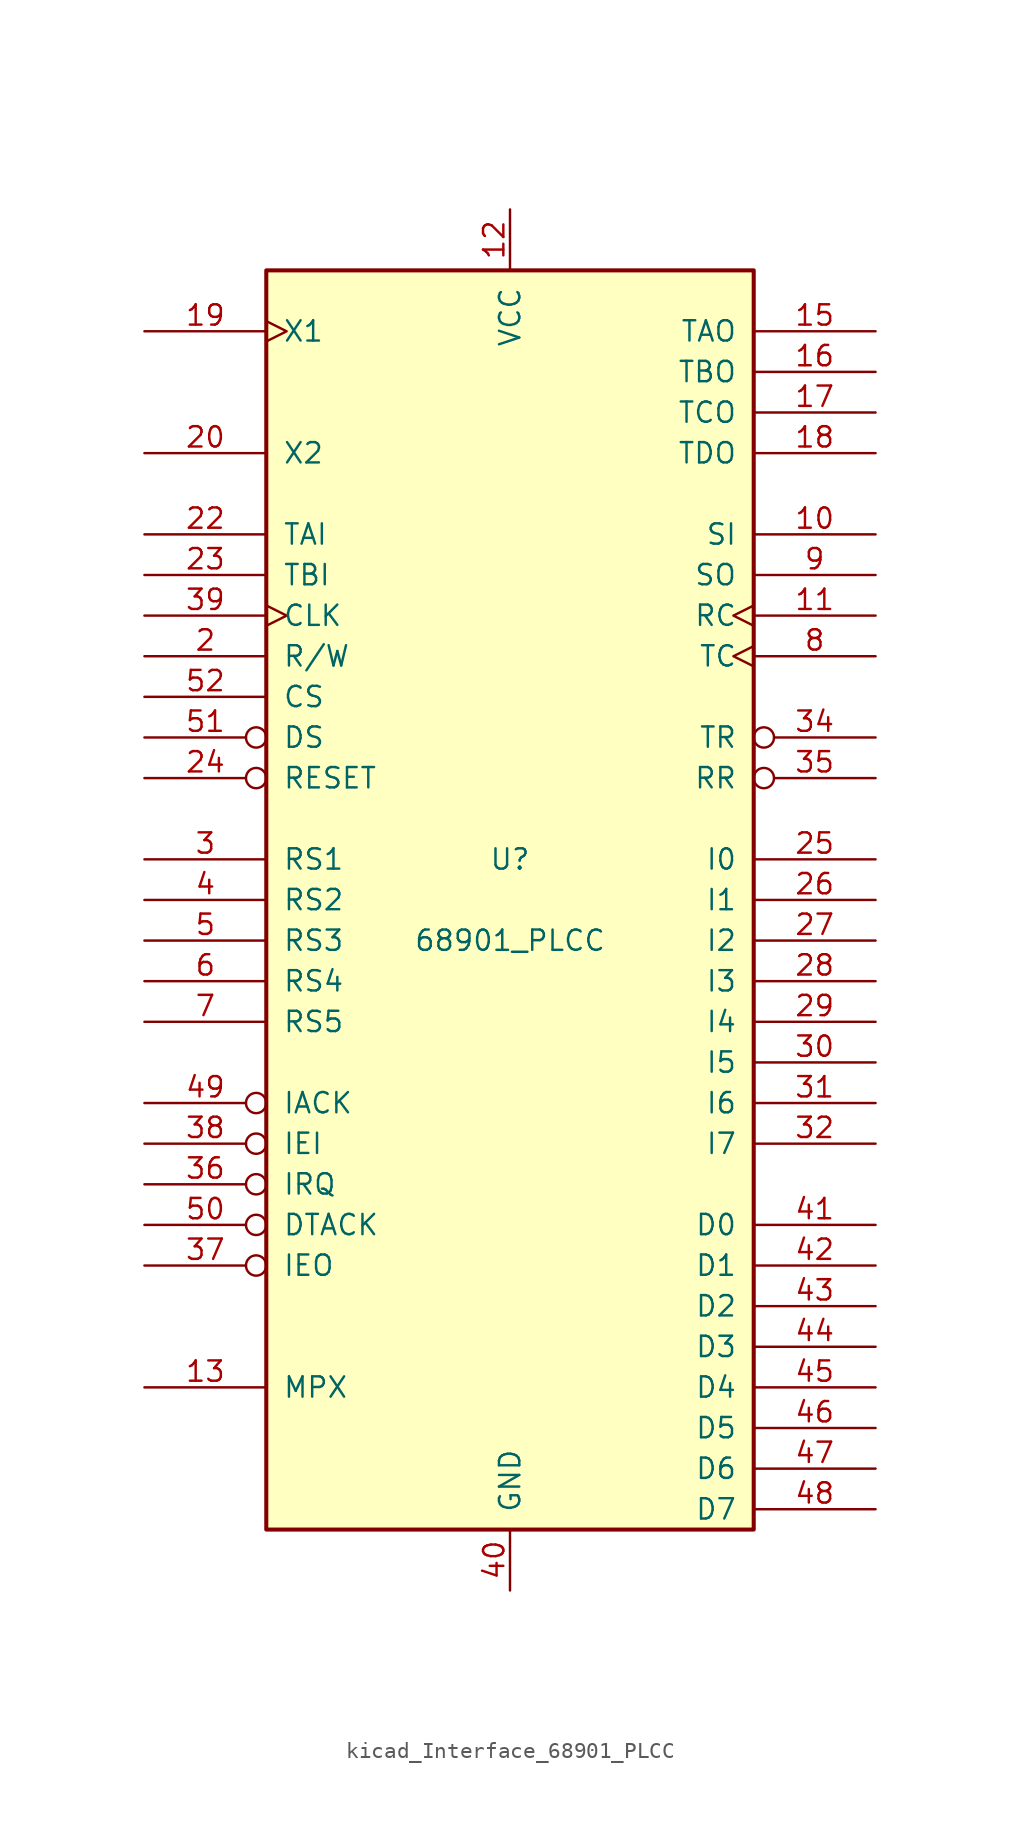
<source format=kicad_sym>
(kicad_symbol_lib
  (version 20220914)
  (generator kicad_symbol_editor)
  (symbol "kicad_Interface_68901_PLCC"
    (pin_names
      (offset 1.016))
    (property "Reference" "U"
      (at 0 2.54 0)
      (effects (font (size 1.27 1.27))))
    (property "Value" "68901_PLCC"
      (at 0 -2.54 0)
      (effects (font (size 1.27 1.27))))
    (symbol "kicad_Interface_68901_PLCC_0_1"
      (rectangle (start -15.24 -39.37) (end 15.24 39.37) (stroke (width 0.254) (type default)) (fill (type background))))
    (symbol "kicad_Interface_68901_PLCC_1_1"
      (pin input line (at 22.86 22.86 180) (length 7.62) (name "SI" (effects (font (size 1.27 1.27)))) (number "10" (effects (font (size 1.27 1.27)))))
      (pin input clock (at 22.86 17.78 180) (length 7.62) (name "RC" (effects (font (size 1.27 1.27)))) (number "11" (effects (font (size 1.27 1.27)))))
      (pin power_in line (at 0 43.18 270) (length 3.81) (name "VCC" (effects (font (size 1.27 1.27)))) (number "12" (effects (font (size 1.27 1.27)))))
      (pin input line (at -22.86 -30.48 0) (length 7.62) (name "MPX" (effects (font (size 1.27 1.27)))) (number "13" (effects (font (size 1.27 1.27)))))
      (pin output line (at 22.86 35.56 180) (length 7.62) (name "TAO" (effects (font (size 1.27 1.27)))) (number "15" (effects (font (size 1.27 1.27)))))
      (pin output line (at 22.86 33.02 180) (length 7.62) (name "TBO" (effects (font (size 1.27 1.27)))) (number "16" (effects (font (size 1.27 1.27)))))
      (pin output line (at 22.86 30.48 180) (length 7.62) (name "TCO" (effects (font (size 1.27 1.27)))) (number "17" (effects (font (size 1.27 1.27)))))
      (pin output line (at 22.86 27.94 180) (length 7.62) (name "TDO" (effects (font (size 1.27 1.27)))) (number "18" (effects (font (size 1.27 1.27)))))
      (pin input clock (at -22.86 35.56 0) (length 7.62) (name "X1" (effects (font (size 1.27 1.27)))) (number "19" (effects (font (size 1.27 1.27)))))
      (pin input line (at -22.86 15.24 0) (length 7.62) (name "R/W" (effects (font (size 1.27 1.27)))) (number "2" (effects (font (size 1.27 1.27)))))
      (pin input line (at -22.86 27.94 0) (length 7.62) (name "X2" (effects (font (size 1.27 1.27)))) (number "20" (effects (font (size 1.27 1.27)))))
      (pin input line (at -22.86 22.86 0) (length 7.62) (name "TAI" (effects (font (size 1.27 1.27)))) (number "22" (effects (font (size 1.27 1.27)))))
      (pin input line (at -22.86 20.32 0) (length 7.62) (name "TBI" (effects (font (size 1.27 1.27)))) (number "23" (effects (font (size 1.27 1.27)))))
      (pin input inverted (at -22.86 7.62 0) (length 7.62) (name "RESET" (effects (font (size 1.27 1.27)))) (number "24" (effects (font (size 1.27 1.27)))))
      (pin input line (at 22.86 2.54 180) (length 7.62) (name "I0" (effects (font (size 1.27 1.27)))) (number "25" (effects (font (size 1.27 1.27)))))
      (pin input line (at 22.86 0 180) (length 7.62) (name "I1" (effects (font (size 1.27 1.27)))) (number "26" (effects (font (size 1.27 1.27)))))
      (pin input line (at 22.86 -2.54 180) (length 7.62) (name "I2" (effects (font (size 1.27 1.27)))) (number "27" (effects (font (size 1.27 1.27)))))
      (pin input line (at 22.86 -5.08 180) (length 7.62) (name "I3" (effects (font (size 1.27 1.27)))) (number "28" (effects (font (size 1.27 1.27)))))
      (pin input line (at 22.86 -7.62 180) (length 7.62) (name "I4" (effects (font (size 1.27 1.27)))) (number "29" (effects (font (size 1.27 1.27)))))
      (pin input line (at -22.86 2.54 0) (length 7.62) (name "RS1" (effects (font (size 1.27 1.27)))) (number "3" (effects (font (size 1.27 1.27)))))
      (pin input line (at 22.86 -10.16 180) (length 7.62) (name "I5" (effects (font (size 1.27 1.27)))) (number "30" (effects (font (size 1.27 1.27)))))
      (pin input line (at 22.86 -12.7 180) (length 7.62) (name "I6" (effects (font (size 1.27 1.27)))) (number "31" (effects (font (size 1.27 1.27)))))
      (pin input line (at 22.86 -15.24 180) (length 7.62) (name "I7" (effects (font (size 1.27 1.27)))) (number "32" (effects (font (size 1.27 1.27)))))
      (pin output inverted (at 22.86 10.16 180) (length 7.62) (name "TR" (effects (font (size 1.27 1.27)))) (number "34" (effects (font (size 1.27 1.27)))))
      (pin output inverted (at 22.86 7.62 180) (length 7.62) (name "RR" (effects (font (size 1.27 1.27)))) (number "35" (effects (font (size 1.27 1.27)))))
      (pin output inverted (at -22.86 -17.78 0) (length 7.62) (name "IRQ" (effects (font (size 1.27 1.27)))) (number "36" (effects (font (size 1.27 1.27)))))
      (pin output inverted (at -22.86 -22.86 0) (length 7.62) (name "IEO" (effects (font (size 1.27 1.27)))) (number "37" (effects (font (size 1.27 1.27)))))
      (pin input inverted (at -22.86 -15.24 0) (length 7.62) (name "IEI" (effects (font (size 1.27 1.27)))) (number "38" (effects (font (size 1.27 1.27)))))
      (pin input clock (at -22.86 17.78 0) (length 7.62) (name "CLK" (effects (font (size 1.27 1.27)))) (number "39" (effects (font (size 1.27 1.27)))))
      (pin input line (at -22.86 0 0) (length 7.62) (name "RS2" (effects (font (size 1.27 1.27)))) (number "4" (effects (font (size 1.27 1.27)))))
      (pin power_in line (at 0 -43.18 90) (length 3.81) (name "GND" (effects (font (size 1.27 1.27)))) (number "40" (effects (font (size 1.27 1.27)))))
      (pin input line (at 22.86 -20.32 180) (length 7.62) (name "D0" (effects (font (size 1.27 1.27)))) (number "41" (effects (font (size 1.27 1.27)))))
      (pin input line (at 22.86 -22.86 180) (length 7.62) (name "D1" (effects (font (size 1.27 1.27)))) (number "42" (effects (font (size 1.27 1.27)))))
      (pin input line (at 22.86 -25.4 180) (length 7.62) (name "D2" (effects (font (size 1.27 1.27)))) (number "43" (effects (font (size 1.27 1.27)))))
      (pin input line (at 22.86 -27.94 180) (length 7.62) (name "D3" (effects (font (size 1.27 1.27)))) (number "44" (effects (font (size 1.27 1.27)))))
      (pin input line (at 22.86 -30.48 180) (length 7.62) (name "D4" (effects (font (size 1.27 1.27)))) (number "45" (effects (font (size 1.27 1.27)))))
      (pin input line (at 22.86 -33.02 180) (length 7.62) (name "D5" (effects (font (size 1.27 1.27)))) (number "46" (effects (font (size 1.27 1.27)))))
      (pin input line (at 22.86 -35.56 180) (length 7.62) (name "D6" (effects (font (size 1.27 1.27)))) (number "47" (effects (font (size 1.27 1.27)))))
      (pin input line (at 22.86 -38.1 180) (length 7.62) (name "D7" (effects (font (size 1.27 1.27)))) (number "48" (effects (font (size 1.27 1.27)))))
      (pin input inverted (at -22.86 -12.7 0) (length 7.62) (name "IACK" (effects (font (size 1.27 1.27)))) (number "49" (effects (font (size 1.27 1.27)))))
      (pin input line (at -22.86 -2.54 0) (length 7.62) (name "RS3" (effects (font (size 1.27 1.27)))) (number "5" (effects (font (size 1.27 1.27)))))
      (pin output inverted (at -22.86 -20.32 0) (length 7.62) (name "DTACK" (effects (font (size 1.27 1.27)))) (number "50" (effects (font (size 1.27 1.27)))))
      (pin input inverted (at -22.86 10.16 0) (length 7.62) (name "DS" (effects (font (size 1.27 1.27)))) (number "51" (effects (font (size 1.27 1.27)))))
      (pin input line (at -22.86 12.7 0) (length 7.62) (name "CS" (effects (font (size 1.27 1.27)))) (number "52" (effects (font (size 1.27 1.27)))))
      (pin input line (at -22.86 -5.08 0) (length 7.62) (name "RS4" (effects (font (size 1.27 1.27)))) (number "6" (effects (font (size 1.27 1.27)))))
      (pin input line (at -22.86 -7.62 0) (length 7.62) (name "RS5" (effects (font (size 1.27 1.27)))) (number "7" (effects (font (size 1.27 1.27)))))
      (pin input clock (at 22.86 15.24 180) (length 7.62) (name "TC" (effects (font (size 1.27 1.27)))) (number "8" (effects (font (size 1.27 1.27)))))
      (pin output line (at 22.86 20.32 180) (length 7.62) (name "SO" (effects (font (size 1.27 1.27)))) (number "9" (effects (font (size 1.27 1.27))))))))
</source>
